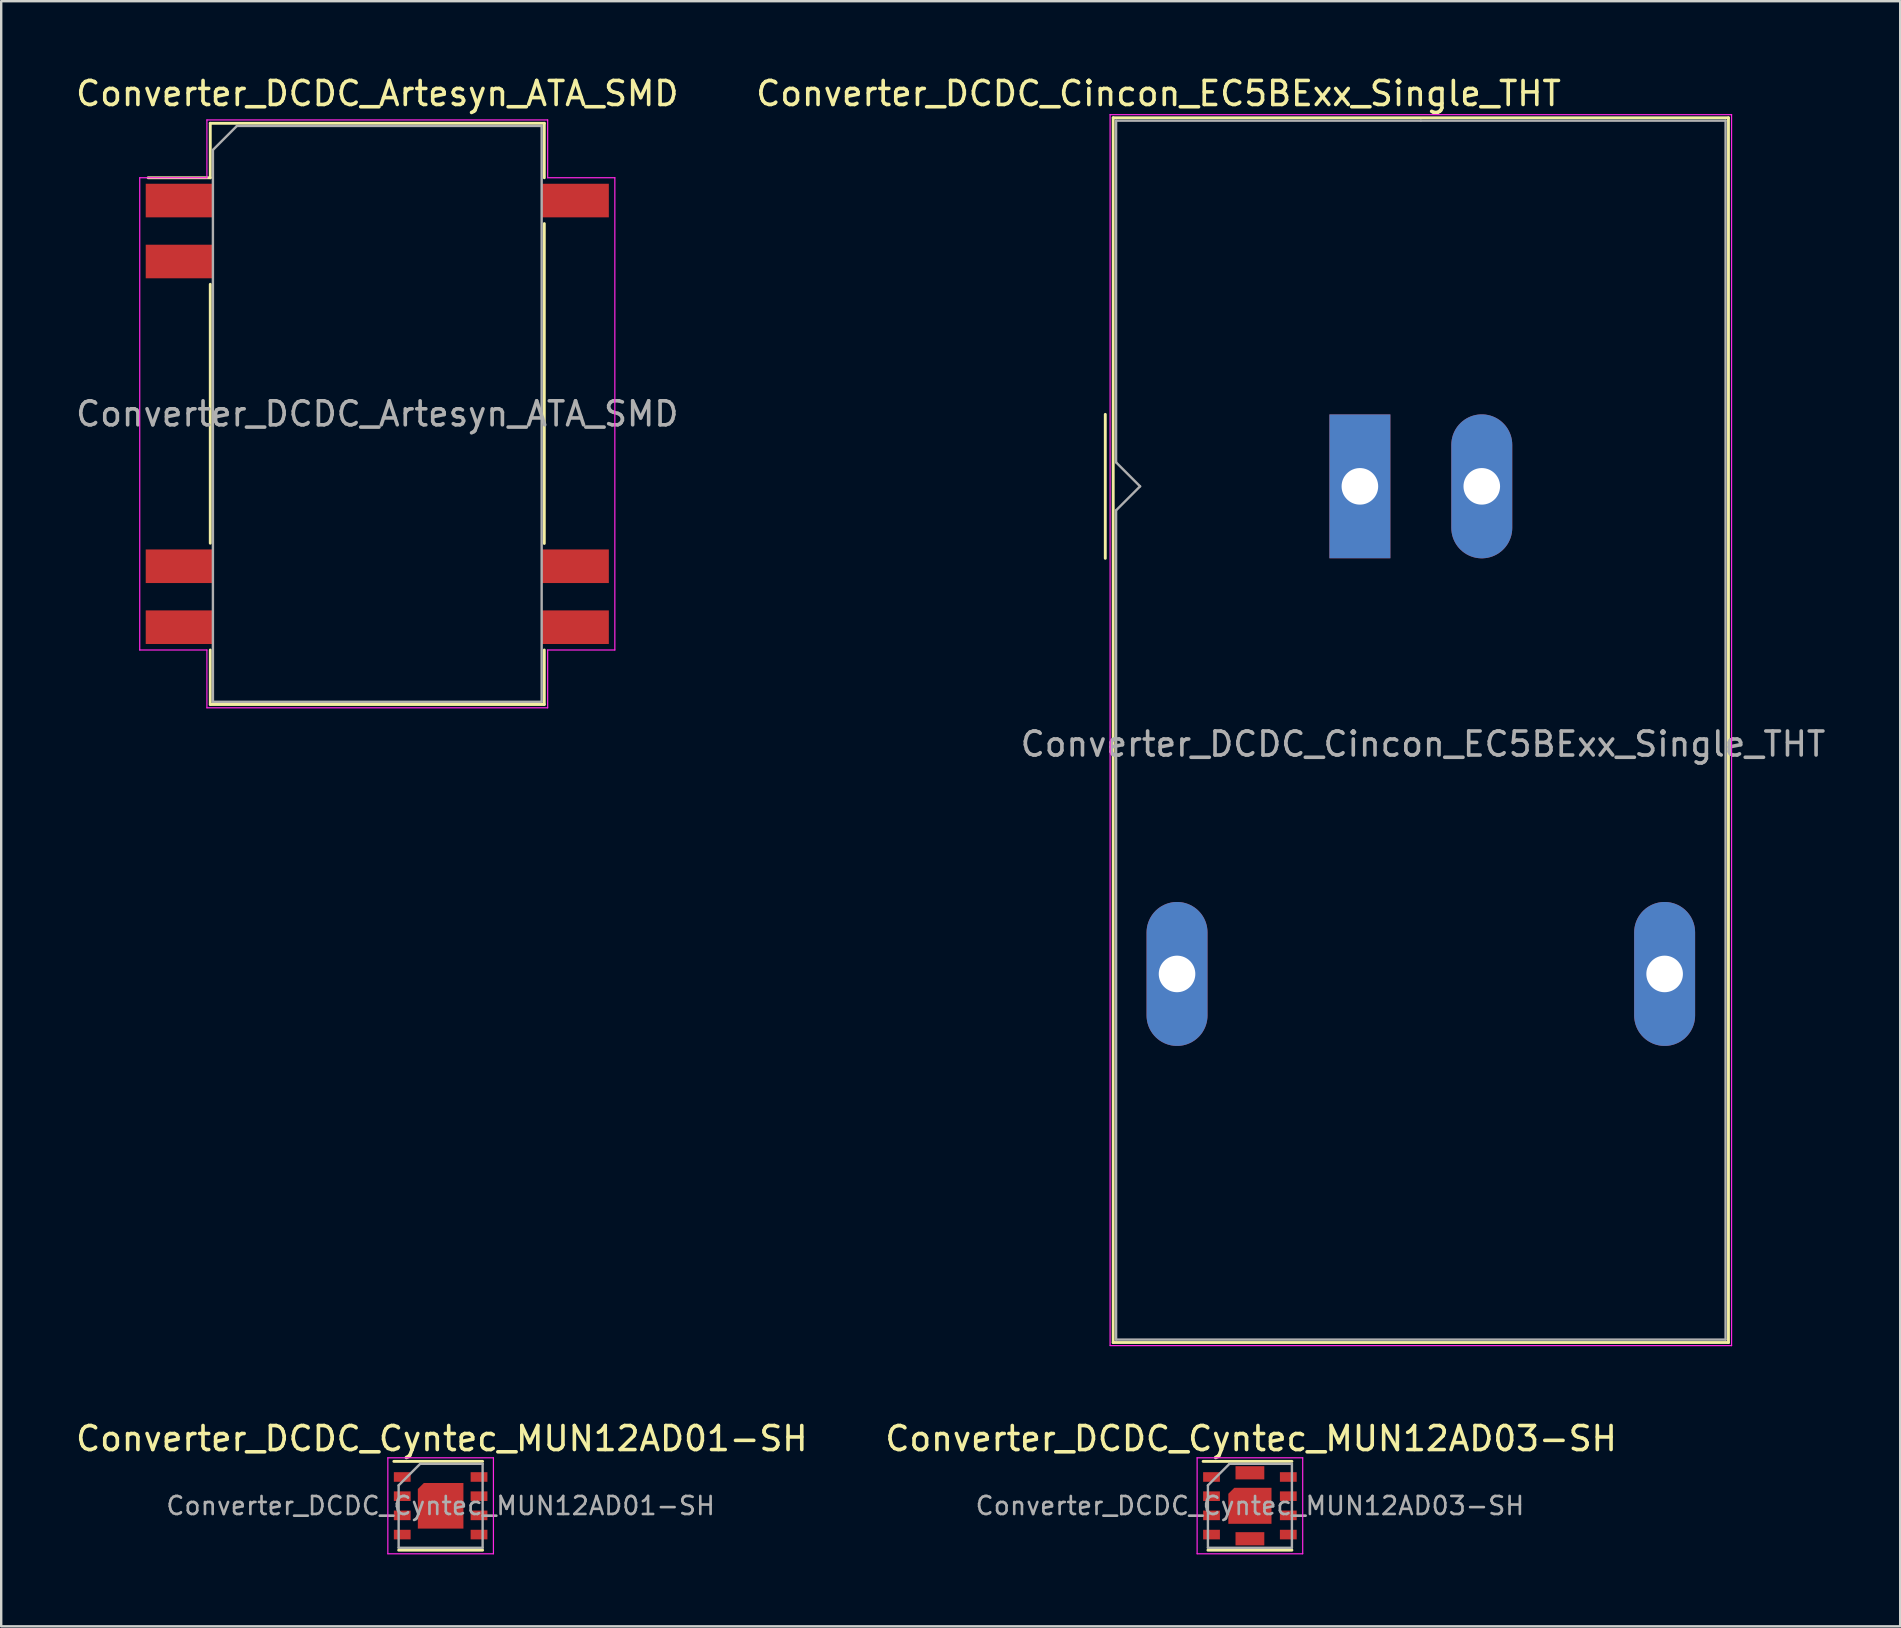
<source format=kicad_pcb>
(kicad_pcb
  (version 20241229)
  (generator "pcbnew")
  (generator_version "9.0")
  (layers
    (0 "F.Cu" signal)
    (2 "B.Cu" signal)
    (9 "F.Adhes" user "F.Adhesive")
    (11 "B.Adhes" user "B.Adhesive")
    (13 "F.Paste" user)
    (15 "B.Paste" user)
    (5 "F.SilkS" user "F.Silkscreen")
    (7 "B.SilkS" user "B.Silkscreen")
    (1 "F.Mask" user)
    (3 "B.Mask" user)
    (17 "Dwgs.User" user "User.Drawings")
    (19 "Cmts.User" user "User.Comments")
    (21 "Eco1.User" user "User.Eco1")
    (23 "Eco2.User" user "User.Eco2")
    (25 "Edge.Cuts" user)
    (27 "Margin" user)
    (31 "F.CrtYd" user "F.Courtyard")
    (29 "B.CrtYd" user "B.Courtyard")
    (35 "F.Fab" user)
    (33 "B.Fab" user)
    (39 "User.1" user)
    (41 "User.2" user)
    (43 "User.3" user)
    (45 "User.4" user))
  (footprint "Converter_DCDC_Cyntec_MUN12AD01-SH"
    (layer "F.Cu")
    (at 15.313 59.702)
    (property "Reference" "Converter_DCDC_Cyntec_MUN12AD01-SH" (at 0.05 -2.8 0) (layer "F.SilkS") (effects (font (size 1 1) (thickness 0.15))))
    (attr smd)
    (fp_line (start -1.75 1.85) (end 1.75 1.85) (stroke (width 0.12) (type solid)) (layer "F.SilkS"))
    (fp_line (start 1.75 -1.85) (end -1.95 -1.85) (stroke (width 0.12) (type solid)) (layer "F.SilkS"))
    (fp_line (start -2.2 -2) (end -2.2 2) (stroke (width 0.05) (type solid)) (layer "F.CrtYd"))
    (fp_line (start -2.2 2) (end 2.2 2) (stroke (width 0.05) (type solid)) (layer "F.CrtYd"))
    (fp_line (start 2.2 -2) (end -2.2 -2) (stroke (width 0.05) (type solid)) (layer "F.CrtYd"))
    (fp_line (start 2.2 2) (end 2.2 -2) (stroke (width 0.05) (type solid)) (layer "F.CrtYd"))
    (fp_line (start -1.75 -0.85) (end -1.75 1.75) (stroke (width 0.1) (type solid)) (layer "F.Fab"))
    (fp_line (start -1.75 1.75) (end 1.75 1.75) (stroke (width 0.1) (type solid)) (layer "F.Fab"))
    (fp_line (start -0.85 -1.75) (end -1.75 -0.85) (stroke (width 0.1) (type solid)) (layer "F.Fab"))
    (fp_line (start 1.75 -1.75) (end -0.85 -1.75) (stroke (width 0.1) (type solid)) (layer "F.Fab"))
    (fp_line (start 1.75 1.75) (end 1.75 -1.75) (stroke (width 0.1) (type solid)) (layer "F.Fab"))
    (fp_text user "${REFERENCE}" (at 0 0 0) (layer "F.Fab") (effects (font (size 0.75 0.75) (thickness 0.11))))
    (pad "" smd custom (at -0.525 -0.525) (size 0.3 0.3) (layers "F.Paste") (options (anchor rect)) (primitives (gr_poly (pts (xy 0.375 0.375) (xy -0.375 0.375) (xy -0.375 -0.125) (xy -0.125 -0.375) (xy 0.375 -0.375)) (width 0) (fill yes))))
    (pad "" smd rect (at -0.525 0.525) (size 0.75 0.75) (layers "F.Paste"))
    (pad "" smd rect (at 0.525 -0.525) (size 0.75 0.75) (layers "F.Paste"))
    (pad "" smd rect (at 0.525 0.525) (size 0.75 0.75) (layers "F.Paste"))
    (pad "1" smd rect (at -1.6 -1.2) (size 0.7 0.4) (layers "F.Cu" "F.Mask" "F.Paste"))
    (pad "2" smd rect (at -1.6 -0.4) (size 0.7 0.4) (layers "F.Cu" "F.Mask" "F.Paste"))
    (pad "3" smd rect (at -1.6 0.4) (size 0.7 0.4) (layers "F.Cu" "F.Mask" "F.Paste"))
    (pad "4" smd rect (at -1.6 1.2) (size 0.7 0.4) (layers "F.Cu" "F.Mask" "F.Paste"))
    (pad "5" smd rect (at 1.6 1.2) (size 0.7 0.4) (layers "F.Cu" "F.Mask" "F.Paste"))
    (pad "6" smd rect (at 1.6 0.4) (size 0.7 0.4) (layers "F.Cu" "F.Mask" "F.Paste"))
    (pad "7" smd rect (at 1.6 -0.4) (size 0.7 0.4) (layers "F.Cu" "F.Mask" "F.Paste"))
    (pad "8" smd rect (at 1.6 -1.2) (size 0.7 0.4) (layers "F.Cu" "F.Mask" "F.Paste"))
    (pad "9" smd custom (at 0 0) (size 1.9 1.4) (layers "F.Cu" "F.Mask") (options (anchor rect)) (primitives (gr_poly (pts (xy 0.95 0.95) (xy -0.95 0.95) (xy -0.95 -0.7) (xy -0.7 -0.95) (xy 0.95 -0.95)) (width 0) (fill yes)))))
  (footprint "Converter_DCDC_Artesyn_ATA_SMD"
    (layer "F.Cu")
    (at 12.673 14.198)
    (property "Reference" "Converter_DCDC_Artesyn_ATA_SMD" (at 0 -13.35 0) (layer "F.SilkS") (effects (font (size 1 1) (thickness 0.15))))
    (attr smd)
    (fp_line (start -6.96 -12.11) (end -6.96 -9.84) (stroke (width 0.12) (type solid)) (layer "F.SilkS"))
    (fp_line (start -6.96 -9.84) (end -9.55 -9.84) (stroke (width 0.12) (type solid)) (layer "F.SilkS"))
    (fp_line (start -6.96 -5.4) (end -6.96 5.39) (stroke (width 0.12) (type solid)) (layer "F.SilkS"))
    (fp_line (start -6.96 9.84) (end -6.96 12.11) (stroke (width 0.12) (type solid)) (layer "F.SilkS"))
    (fp_line (start 6.96 -12.11) (end -6.96 -12.11) (stroke (width 0.12) (type solid)) (layer "F.SilkS"))
    (fp_line (start 6.96 -12.11) (end 6.96 -9.84) (stroke (width 0.12) (type solid)) (layer "F.SilkS"))
    (fp_line (start 6.96 -7.93) (end 6.96 5.4) (stroke (width 0.12) (type solid)) (layer "F.SilkS"))
    (fp_line (start 6.96 9.84) (end 6.96 12.11) (stroke (width 0.12) (type solid)) (layer "F.SilkS"))
    (fp_line (start 6.96 12.11) (end -6.96 12.11) (stroke (width 0.12) (type solid)) (layer "F.SilkS"))
    (fp_line (start -9.9 -9.84) (end -9.9 9.84) (stroke (width 0.05) (type solid)) (layer "F.CrtYd"))
    (fp_line (start -9.9 -9.84) (end -7.1 -9.84) (stroke (width 0.05) (type solid)) (layer "F.CrtYd"))
    (fp_line (start -9.9 9.84) (end -7.1 9.84) (stroke (width 0.05) (type solid)) (layer "F.CrtYd"))
    (fp_line (start -7.1 -9.84) (end -7.1 -12.25) (stroke (width 0.05) (type solid)) (layer "F.CrtYd"))
    (fp_line (start -7.1 9.84) (end -7.1 12.25) (stroke (width 0.05) (type solid)) (layer "F.CrtYd"))
    (fp_line (start -7.1 12.25) (end 7.1 12.25) (stroke (width 0.05) (type solid)) (layer "F.CrtYd"))
    (fp_line (start 7.1 -12.25) (end -7.1 -12.25) (stroke (width 0.05) (type solid)) (layer "F.CrtYd"))
    (fp_line (start 7.1 -12.25) (end 7.1 -9.84) (stroke (width 0.05) (type solid)) (layer "F.CrtYd"))
    (fp_line (start 7.1 -9.84) (end 9.9 -9.84) (stroke (width 0.05) (type solid)) (layer "F.CrtYd"))
    (fp_line (start 7.1 9.84) (end 7.1 12.25) (stroke (width 0.05) (type solid)) (layer "F.CrtYd"))
    (fp_line (start 9.9 9.84) (end 7.1 9.84) (stroke (width 0.05) (type solid)) (layer "F.CrtYd"))
    (fp_line (start 9.9 9.84) (end 9.9 -9.84) (stroke (width 0.05) (type solid)) (layer "F.CrtYd"))
    (fp_line (start -6.85 -11) (end -6.85 12) (stroke (width 0.1) (type solid)) (layer "F.Fab"))
    (fp_line (start -6.85 -11) (end -5.85 -12) (stroke (width 0.1) (type solid)) (layer "F.Fab"))
    (fp_line (start -6.85 12) (end 6.85 12) (stroke (width 0.1) (type solid)) (layer "F.Fab"))
    (fp_line (start 6.85 -12) (end -5.85 -12) (stroke (width 0.1) (type solid)) (layer "F.Fab"))
    (fp_line (start 6.85 12) (end 6.85 -12) (stroke (width 0.1) (type solid)) (layer "F.Fab"))
    (fp_text user "${REFERENCE}" (at 0 0 0) (layer "F.Fab") (effects (font (size 1 1) (thickness 0.15))))
    (pad "1" smd rect (at -8.25 -8.89) (size 2.8 1.4) (layers "F.Cu" "F.Mask" "F.Paste"))
    (pad "2" smd rect (at -8.25 -6.35) (size 2.8 1.4) (layers "F.Cu" "F.Mask" "F.Paste"))
    (pad "7" smd rect (at -8.25 6.35) (size 2.8 1.4) (layers "F.Cu" "F.Mask" "F.Paste"))
    (pad "8" smd rect (at -8.25 8.89) (size 2.8 1.4) (layers "F.Cu" "F.Mask" "F.Paste"))
    (pad "9" smd rect (at 8.25 8.89) (size 2.8 1.4) (layers "F.Cu" "F.Mask" "F.Paste"))
    (pad "10" smd rect (at 8.25 6.35) (size 2.8 1.4) (layers "F.Cu" "F.Mask" "F.Paste"))
    (pad "16" smd rect (at 8.25 -8.89) (size 2.8 1.4) (layers "F.Cu" "F.Mask" "F.Paste")))
  (footprint "Converter_DCDC_Cyntec_MUN12AD03-SH"
    (layer "F.Cu")
    (at 49.039 59.702)
    (property "Reference" "Converter_DCDC_Cyntec_MUN12AD03-SH" (at 0.05 -2.8 0) (layer "F.SilkS") (effects (font (size 1 1) (thickness 0.15))))
    (attr smd)
    (fp_line (start -1.75 1.85) (end 1.75 1.85) (stroke (width 0.12) (type solid)) (layer "F.SilkS"))
    (fp_line (start 1.75 -1.85) (end -1.95 -1.85) (stroke (width 0.12) (type solid)) (layer "F.SilkS"))
    (fp_line (start -2.2 -2) (end -2.2 2) (stroke (width 0.05) (type solid)) (layer "F.CrtYd"))
    (fp_line (start -2.2 2) (end 2.2 2) (stroke (width 0.05) (type solid)) (layer "F.CrtYd"))
    (fp_line (start 2.2 -2) (end -2.2 -2) (stroke (width 0.05) (type solid)) (layer "F.CrtYd"))
    (fp_line (start 2.2 2) (end 2.2 -2) (stroke (width 0.05) (type solid)) (layer "F.CrtYd"))
    (fp_line (start -1.75 -0.85) (end -1.75 1.75) (stroke (width 0.1) (type solid)) (layer "F.Fab"))
    (fp_line (start -1.75 1.75) (end 1.75 1.75) (stroke (width 0.1) (type solid)) (layer "F.Fab"))
    (fp_line (start -0.85 -1.75) (end -1.75 -0.85) (stroke (width 0.1) (type solid)) (layer "F.Fab"))
    (fp_line (start 1.75 -1.75) (end -0.85 -1.75) (stroke (width 0.1) (type solid)) (layer "F.Fab"))
    (fp_line (start 1.75 1.75) (end 1.75 -1.75) (stroke (width 0.1) (type solid)) (layer "F.Fab"))
    (fp_text user "${REFERENCE}" (at 0 0 0) (layer "F.Fab") (effects (font (size 0.75 0.75) (thickness 0.11))))
    (pad "" smd custom (at -0.45 -0.375) (size 0.75 0.1) (layers "F.Paste") (options (anchor rect)) (primitives (gr_poly (pts (xy 0.375 0.3) (xy -0.375 0.3) (xy -0.375 -0.05) (xy -0.125 -0.3) (xy 0.375 -0.3)) (width 0) (fill yes))))
    (pad "" smd rect (at -0.45 0.375) (size 0.75 0.6) (layers "F.Paste"))
    (pad "" smd rect (at -0.3 -1.375) (size 0.45 0.55) (layers "F.Paste"))
    (pad "" smd rect (at -0.3 1.375) (size 0.45 0.55) (layers "F.Paste"))
    (pad "" smd rect (at 0.3 -1.375) (size 0.45 0.55) (layers "F.Paste"))
    (pad "" smd rect (at 0.3 1.375) (size 0.45 0.55) (layers "F.Paste"))
    (pad "" smd rect (at 0.45 -0.375) (size 0.75 0.6) (layers "F.Paste"))
    (pad "" smd rect (at 0.45 0.375) (size 0.75 0.6) (layers "F.Paste"))
    (pad "1" smd rect (at -1.6 -1.2) (size 0.7 0.4) (layers "F.Cu" "F.Mask" "F.Paste"))
    (pad "2" smd rect (at -1.6 -0.4) (size 0.7 0.4) (layers "F.Cu" "F.Mask" "F.Paste"))
    (pad "3" smd rect (at -1.6 0.4) (size 0.7 0.4) (layers "F.Cu" "F.Mask" "F.Paste"))
    (pad "4" smd rect (at -1.6 1.2) (size 0.7 0.4) (layers "F.Cu" "F.Mask" "F.Paste"))
    (pad "5" smd rect (at 1.6 1.2) (size 0.7 0.4) (layers "F.Cu" "F.Mask" "F.Paste"))
    (pad "6" smd rect (at 1.6 0.4) (size 0.7 0.4) (layers "F.Cu" "F.Mask" "F.Paste"))
    (pad "7" smd rect (at 1.6 -0.4) (size 0.7 0.4) (layers "F.Cu" "F.Mask" "F.Paste"))
    (pad "8" smd rect (at 1.6 -1.2) (size 0.7 0.4) (layers "F.Cu" "F.Mask" "F.Paste"))
    (pad "9" smd rect (at 0 1.375) (size 1.2 0.55) (layers "F.Cu" "F.Mask"))
    (pad "10" smd custom (at 0 0) (size 1.8 1) (layers "F.Cu" "F.Mask") (options (anchor rect)) (primitives (gr_poly (pts (xy 0.9 0.75) (xy -0.9 0.75) (xy -0.9 -0.5) (xy -0.65 -0.75) (xy 0.9 -0.75)) (width 0) (fill yes))))
    (pad "11" smd rect (at 0 -1.375) (size 1.2 0.55) (layers "F.Cu" "F.Mask")))
  (footprint "Converter_DCDC_Cincon_EC5BExx_Single_THT"
    (layer "F.Cu")
    (at 53.622 17.218)
    (property "Reference" "Converter_DCDC_Cincon_EC5BExx_Single_THT" (at -8.39 -16.37 180) (layer "F.SilkS") (effects (font (size 1 1) (thickness 0.15))))
    (attr through_hole)
    (fp_line (start -10.61 -3) (end -10.61 3) (stroke (width 0.12) (type solid)) (layer "F.SilkS"))
    (fp_line (start -10.28 -15.36) (end 15.36 -15.36) (stroke (width 0.12) (type solid)) (layer "F.SilkS"))
    (fp_line (start -10.28 35.68) (end -10.28 -15.36) (stroke (width 0.12) (type solid)) (layer "F.SilkS"))
    (fp_line (start 15.36 -15.36) (end 15.36 35.68) (stroke (width 0.12) (type solid)) (layer "F.SilkS"))
    (fp_line (start 15.36 35.68) (end -10.28 35.68) (stroke (width 0.12) (type solid)) (layer "F.SilkS"))
    (fp_line (start -10.41 -15.49) (end 15.49 -15.49) (stroke (width 0.05) (type solid)) (layer "F.CrtYd"))
    (fp_line (start -10.41 35.8) (end -10.41 -15.49) (stroke (width 0.05) (type solid)) (layer "F.CrtYd"))
    (fp_line (start -10.41 35.81) (end 15.49 35.81) (stroke (width 0.05) (type solid)) (layer "F.CrtYd"))
    (fp_line (start 15.49 35.81) (end 15.49 -15.49) (stroke (width 0.05) (type solid)) (layer "F.CrtYd"))
    (fp_line (start -10.16 -1) (end -10.16 -15.24) (stroke (width 0.1) (type solid)) (layer "F.Fab"))
    (fp_line (start -10.16 1) (end -10.16 35.56) (stroke (width 0.1) (type solid)) (layer "F.Fab"))
    (fp_line (start -10.16 1) (end -9.16 0) (stroke (width 0.1) (type solid)) (layer "F.Fab"))
    (fp_line (start -10.16 35.56) (end 15.24 35.56) (stroke (width 0.1) (type solid)) (layer "F.Fab"))
    (fp_line (start -9.16 0) (end -10.16 -1) (stroke (width 0.1) (type solid)) (layer "F.Fab"))
    (fp_line (start 2.54 -15.24) (end -10.16 -15.24) (stroke (width 0.1) (type solid)) (layer "F.Fab"))
    (fp_line (start 15.24 -15.24) (end 2.54 -15.24) (stroke (width 0.1) (type solid)) (layer "F.Fab"))
    (fp_line (start 15.24 35.56) (end 15.24 -15.24) (stroke (width 0.1) (type solid)) (layer "F.Fab"))
    (fp_text user "${REFERENCE}" (at 2.63 10.74 0) (layer "F.Fab") (effects (font (size 1 1) (thickness 0.15))))
    (pad "1" thru_hole rect (at 0 0 90) (size 5.994 2.54) (drill 1.524) (layers "*.Cu" "*.Mask"))
    (pad "2" thru_hole oval (at 5.08 0 90) (size 6 2.54) (drill 1.524) (layers "*.Cu" "*.Mask"))
    (pad "3" thru_hole oval (at -7.62 20.32 90) (size 6 2.54) (drill 1.524) (layers "*.Cu" "*.Mask"))
    (pad "5" thru_hole oval (at 12.7 20.32 90) (size 6 2.54) (drill 1.524) (layers "*.Cu" "*.Mask")))
  (gr_rect
    (start -3 -3)
    (end 76.139 64.727)
    (stroke (width 0.1) (type default))
    (fill no)
    (layer "Edge.Cuts")))
</source>
